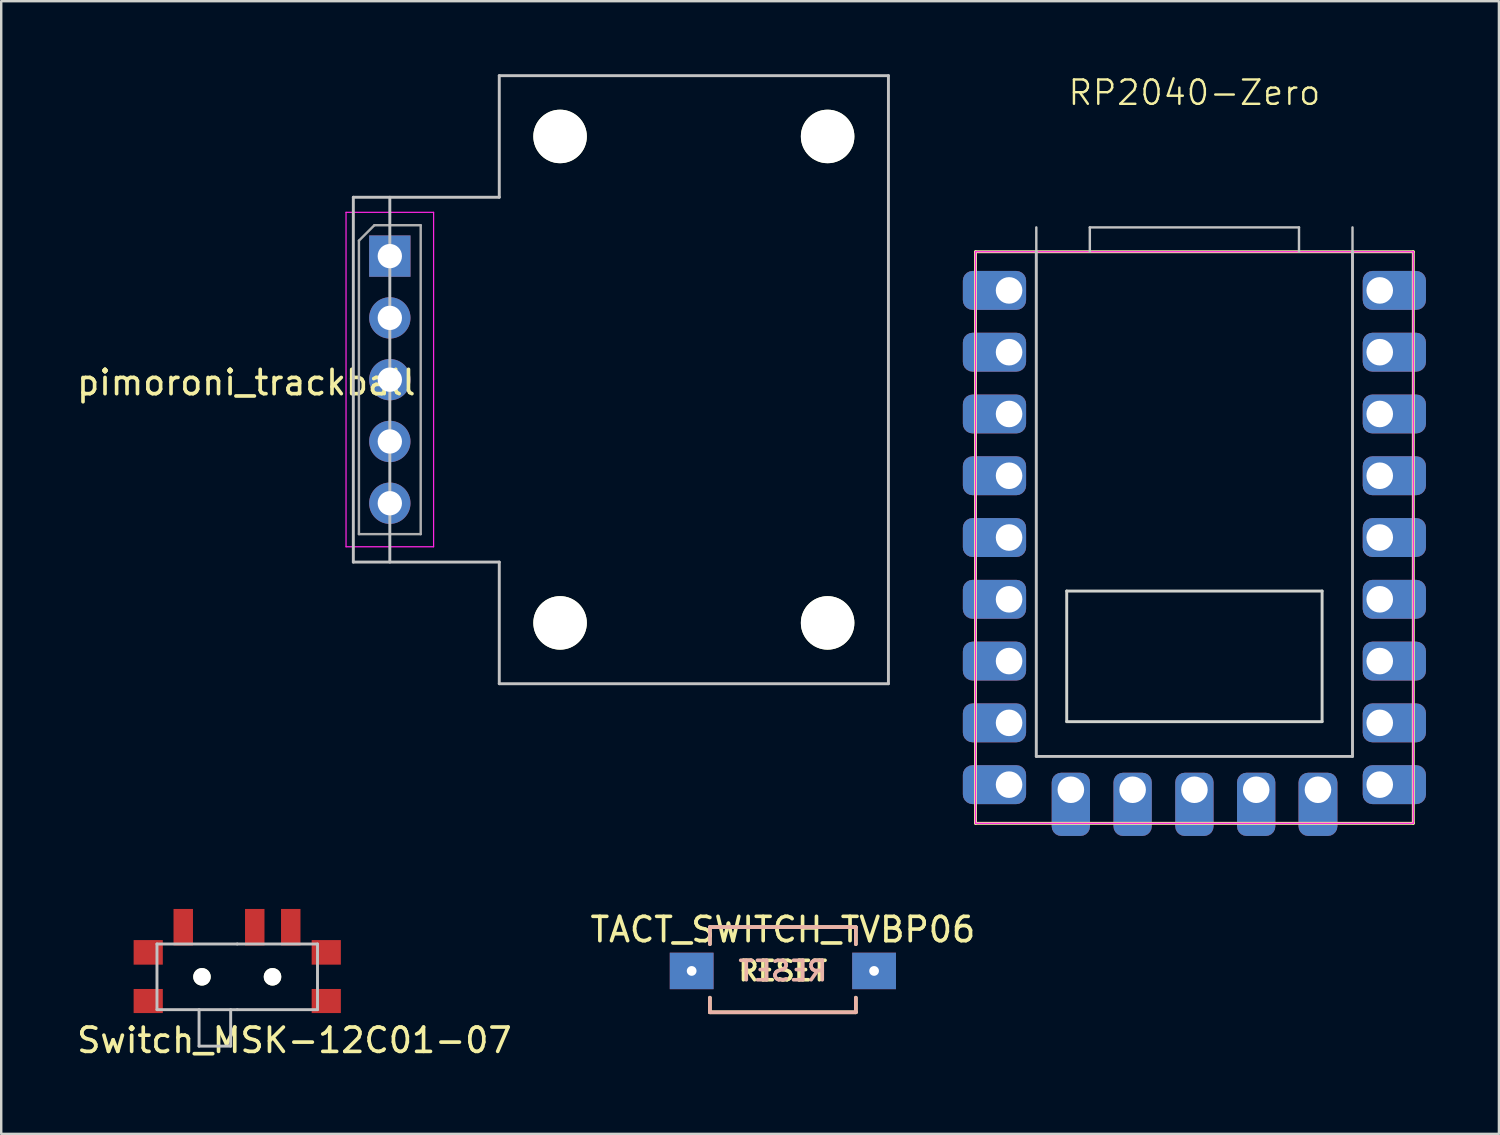
<source format=kicad_pcb>
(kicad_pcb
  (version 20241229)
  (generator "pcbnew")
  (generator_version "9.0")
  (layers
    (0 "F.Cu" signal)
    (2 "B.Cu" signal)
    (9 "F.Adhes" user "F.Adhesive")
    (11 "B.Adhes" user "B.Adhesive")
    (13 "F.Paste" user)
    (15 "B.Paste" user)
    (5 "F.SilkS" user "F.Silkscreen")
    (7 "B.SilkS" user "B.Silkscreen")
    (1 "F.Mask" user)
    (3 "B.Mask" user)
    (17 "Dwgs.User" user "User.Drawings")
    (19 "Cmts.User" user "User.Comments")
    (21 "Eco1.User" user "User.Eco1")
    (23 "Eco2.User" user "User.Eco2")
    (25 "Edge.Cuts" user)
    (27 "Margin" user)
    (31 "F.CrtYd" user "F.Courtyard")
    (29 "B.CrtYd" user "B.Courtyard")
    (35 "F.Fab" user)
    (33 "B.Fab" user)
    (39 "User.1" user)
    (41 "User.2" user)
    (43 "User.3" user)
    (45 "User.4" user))
  (footprint "RP2040-Zero"
    (layer "F.Cu")
    (at 46.057 19.05)
    (property "Reference" "RP2040-Zero" (at 0 -18.29 0) (unlocked yes) (layer "F.SilkS") (effects (font (size 1 1) (thickness 0.1))))
    (attr through_hole)
    (fp_line (start -9 -11.75) (end -9 11.75) (stroke (width 0.12) (type solid)) (layer "F.SilkS"))
    (fp_line (start -9 11.75) (end 9 11.75) (stroke (width 0.12) (type solid)) (layer "F.SilkS"))
    (fp_line (start 9 -11.75) (end -9 -11.75) (stroke (width 0.12) (type solid)) (layer "F.SilkS"))
    (fp_line (start 9 11.75) (end 9 -11.75) (stroke (width 0.12) (type solid)) (layer "F.SilkS"))
    (fp_line (start -6.5 -12.75) (end -6.5 -11.75) (stroke (width 0.1) (type solid)) (layer "Dwgs.User"))
    (fp_line (start -6.5 9) (end -6.5 -11.75) (stroke (width 0.12) (type solid)) (layer "Dwgs.User"))
    (fp_line (start -4.3 -12.75) (end -4.3 -11.75) (stroke (width 0.1) (type solid)) (layer "Dwgs.User"))
    (fp_line (start -4.3 -12.75) (end 4.3 -12.75) (stroke (width 0.1) (type solid)) (layer "Dwgs.User"))
    (fp_line (start 4.3 -12.75) (end 4.3 -11.75) (stroke (width 0.1) (type solid)) (layer "Dwgs.User"))
    (fp_line (start 6.5 -12.75) (end 6.5 -11.75) (stroke (width 0.1) (type solid)) (layer "Dwgs.User"))
    (fp_line (start 6.5 9) (end -6.5 9) (stroke (width 0.12) (type solid)) (layer "Dwgs.User"))
    (fp_line (start 6.5 9) (end 6.5 -11.75) (stroke (width 0.12) (type solid)) (layer "Dwgs.User"))
    (fp_line (start -5.25 7.57) (end -5.25 2.2) (stroke (width 0.12) (type solid)) (layer "Edge.Cuts"))
    (fp_line (start -5.25 7.57) (end 5.25 7.57) (stroke (width 0.12) (type solid)) (layer "Edge.Cuts"))
    (fp_line (start 5.25 2.2) (end -5.25 2.2) (stroke (width 0.12) (type solid)) (layer "Edge.Cuts"))
    (fp_line (start 5.25 2.2) (end 5.25 7.57) (stroke (width 0.12) (type solid)) (layer "Edge.Cuts"))
    (fp_line (start -9 -11.75) (end 9 -11.75) (stroke (width 0.05) (type solid)) (layer "F.CrtYd"))
    (fp_line (start -9 11.75) (end -9 -11.75) (stroke (width 0.05) (type solid)) (layer "F.CrtYd"))
    (fp_line (start 9 -11.75) (end 9 11.75) (stroke (width 0.05) (type solid)) (layer "F.CrtYd"))
    (fp_line (start 9 11.75) (end -9 11.75) (stroke (width 0.05) (type solid)) (layer "F.CrtYd"))
    (pad "1" thru_hole roundrect (at 7.62 -10.16) (size 2.6 1.6) (drill 1.092 (offset 0.6 0)) (layers "*.Cu" "*.Mask") (roundrect_rratio 0.25))
    (pad "2" thru_hole roundrect (at 7.62 -7.62) (size 2.6 1.6) (drill 1.092 (offset 0.6 0)) (layers "*.Cu" "*.Mask") (roundrect_rratio 0.25))
    (pad "3" thru_hole roundrect (at 7.62 -5.08) (size 2.6 1.6) (drill 1.092 (offset 0.6 0)) (layers "*.Cu" "*.Mask") (roundrect_rratio 0.25))
    (pad "4" thru_hole roundrect (at 7.62 -2.54) (size 2.6 1.6) (drill 1.092 (offset 0.6 0)) (layers "*.Cu" "*.Mask") (roundrect_rratio 0.25))
    (pad "5" thru_hole roundrect (at 7.62 0) (size 2.6 1.6) (drill 1.092 (offset 0.6 0)) (layers "*.Cu" "*.Mask") (roundrect_rratio 0.25))
    (pad "6" thru_hole roundrect (at 7.62 2.54) (size 2.6 1.6) (drill 1.092 (offset 0.6 0)) (layers "*.Cu" "*.Mask") (roundrect_rratio 0.25))
    (pad "7" thru_hole roundrect (at 7.62 5.08) (size 2.6 1.6) (drill 1.092 (offset 0.6 0)) (layers "*.Cu" "*.Mask") (roundrect_rratio 0.25))
    (pad "8" thru_hole roundrect (at 7.62 7.62) (size 2.6 1.6) (drill 1.092 (offset 0.6 0)) (layers "*.Cu" "*.Mask") (roundrect_rratio 0.25))
    (pad "9" thru_hole roundrect (at 7.62 10.16) (size 2.6 1.6) (drill 1.092 (offset 0.6 0)) (layers "*.Cu" "*.Mask") (roundrect_rratio 0.25))
    (pad "10" thru_hole roundrect (at 5.08 10.37) (size 1.6 2.6) (drill 1.092 (offset 0 0.6)) (layers "*.Cu" "*.Mask") (roundrect_rratio 0.25))
    (pad "11" thru_hole roundrect (at 2.54 10.37) (size 1.575 2.6) (drill 1.092 (offset 0 0.6)) (layers "*.Cu" "*.Mask") (roundrect_rratio 0.25))
    (pad "12" thru_hole roundrect (at 0 10.37) (size 1.575 2.6) (drill 1.092 (offset 0 0.6)) (layers "*.Cu" "*.Mask") (roundrect_rratio 0.25))
    (pad "13" thru_hole roundrect (at -2.54 10.37) (size 1.575 2.6) (drill 1.092 (offset 0 0.6)) (layers "*.Cu" "*.Mask") (roundrect_rratio 0.25))
    (pad "14" thru_hole roundrect (at -5.08 10.37) (size 1.575 2.6) (drill 1.092 (offset 0 0.6)) (layers "*.Cu" "*.Mask") (roundrect_rratio 0.25))
    (pad "15" thru_hole roundrect (at -7.62 10.16) (size 2.6 1.6) (drill 1.092 (offset -0.6 0)) (layers "*.Cu" "*.Mask") (roundrect_rratio 0.25))
    (pad "16" thru_hole roundrect (at -7.62 7.62) (size 2.6 1.6) (drill 1.092 (offset -0.6 0)) (layers "*.Cu" "*.Mask") (roundrect_rratio 0.25))
    (pad "17" thru_hole roundrect (at -7.62 5.08) (size 2.6 1.6) (drill 1.092 (offset -0.6 0)) (layers "*.Cu" "*.Mask") (roundrect_rratio 0.25))
    (pad "18" thru_hole roundrect (at -7.62 2.54) (size 2.6 1.6) (drill 1.092 (offset -0.6 0)) (layers "*.Cu" "*.Mask") (roundrect_rratio 0.25))
    (pad "19" thru_hole roundrect (at -7.62 0) (size 2.6 1.6) (drill 1.092 (offset -0.6 0)) (layers "*.Cu" "*.Mask") (roundrect_rratio 0.25))
    (pad "20" thru_hole roundrect (at -7.62 -2.54) (size 2.6 1.6) (drill 1.092 (offset -0.6 0)) (layers "*.Cu" "*.Mask") (roundrect_rratio 0.25))
    (pad "21" thru_hole roundrect (at -7.62 -5.08) (size 2.6 1.6) (drill 1.092 (offset -0.6 0)) (layers "*.Cu" "*.Mask") (roundrect_rratio 0.25))
    (pad "22" thru_hole roundrect (at -7.62 -7.62) (size 2.6 1.6) (drill 1.092 (offset -0.6 0)) (layers "*.Cu" "*.Mask") (roundrect_rratio 0.25))
    (pad "23" thru_hole roundrect (at -7.62 -10.16) (size 2.6 1.6) (drill 1.092 (offset -0.6 0)) (layers "*.Cu" "*.Mask") (roundrect_rratio 0.25)))
  (footprint "Switch_MSK-12C01-07"
    (layer "F.Cu")
    (at 6.704 37.111)
    (property "Reference" "Switch_MSK-12C01-07" (at 2.35 2.61 0) (layer "F.SilkS") (effects (font (size 1 1) (thickness 0.15))))
    (attr through_hole)
    (fp_line (start -3.3 -1.35) (end -3.3 1.35) (stroke (width 0.12) (type solid)) (layer "Dwgs.User"))
    (fp_line (start -3.3 -1.35) (end 0 -1.35) (stroke (width 0.12) (type solid)) (layer "Dwgs.User"))
    (fp_line (start -3.3 1.35) (end 0 1.35) (stroke (width 0.12) (type solid)) (layer "Dwgs.User"))
    (fp_line (start -1.57 1.35) (end -1.57 2.85) (stroke (width 0.12) (type solid)) (layer "Dwgs.User"))
    (fp_line (start -1.57 2.85) (end -0.27 2.85) (stroke (width 0.12) (type solid)) (layer "Dwgs.User"))
    (fp_line (start -0.27 1.35) (end -0.27 2.85) (stroke (width 0.12) (type solid)) (layer "Dwgs.User"))
    (fp_line (start 0 -1.35) (end 3.3 -1.35) (stroke (width 0.12) (type solid)) (layer "Dwgs.User"))
    (fp_line (start 0 1.35) (end 3.3 1.35) (stroke (width 0.12) (type solid)) (layer "Dwgs.User"))
    (fp_line (start 3.3 -1.35) (end 3.3 1.35) (stroke (width 0.12) (type solid)) (layer "Dwgs.User"))
    (pad "" smd rect (at -3.66 -1.005) (size 1.2 1.01) (layers "F.Cu" "F.Mask" "F.Paste"))
    (pad "" smd rect (at -3.66 0.995) (size 1.2 0.99) (layers "F.Cu" "F.Mask" "F.Paste"))
    (pad "" np_thru_hole circle (at -1.45 0) (size 0.72 0.72) (drill 0.72) (layers "*.Cu" "*.Mask" "F.SilkS"))
    (pad "" np_thru_hole circle (at 1.45 0) (size 0.72 0.72) (drill 0.72) (layers "*.Cu" "*.Mask" "F.SilkS"))
    (pad "" smd rect (at 3.66 -1.005) (size 1.2 1.01) (layers "F.Cu" "F.Mask" "F.Paste"))
    (pad "" smd rect (at 3.66 0.995) (size 1.2 0.99) (layers "F.Cu" "F.Mask" "F.Paste"))
    (pad "1" smd rect (at -2.22 -2.04) (size 0.8 1.5) (layers "F.Cu" "F.Mask" "F.Paste"))
    (pad "2" smd rect (at 0.72 -2.04) (size 0.8 1.5) (layers "F.Cu" "F.Mask" "F.Paste"))
    (pad "3" smd rect (at 2.2 -2.04) (size 0.8 1.5) (layers "F.Cu" "F.Mask" "F.Paste")))
  (footprint "pimoroni_trackball"
    (layer "F.Cu")
    (at 12.977 12.56)
    (property "Reference" "pimoroni_trackball" (at -5.9 0.12 0) (layer "F.SilkS") (effects (font (size 1 1) (thickness 0.15))))
    (attr through_hole)
    (fp_line (start -1.5 -7.5) (end -1.5 7.5) (stroke (width 0.12) (type solid)) (layer "Dwgs.User"))
    (fp_line (start -1.5 -7.5) (end 4.5 -7.5) (stroke (width 0.12) (type solid)) (layer "Dwgs.User"))
    (fp_line (start -1.5 7.5) (end 4.5 7.5) (stroke (width 0.12) (type solid)) (layer "Dwgs.User"))
    (fp_line (start 0 7.5) (end 0 -7.5) (stroke (width 0.12) (type solid)) (layer "Dwgs.User"))
    (fp_line (start 4.5 -12.5) (end 20.5 -12.5) (stroke (width 0.12) (type solid)) (layer "Dwgs.User"))
    (fp_line (start 4.5 -7.5) (end 4.5 -12.5) (stroke (width 0.12) (type solid)) (layer "Dwgs.User"))
    (fp_line (start 4.5 12.5) (end 4.5 7.5) (stroke (width 0.12) (type solid)) (layer "Dwgs.User"))
    (fp_line (start 4.5 12.5) (end 20.5 12.5) (stroke (width 0.12) (type solid)) (layer "Dwgs.User"))
    (fp_line (start 20.5 12.5) (end 20.5 -12.5) (stroke (width 0.12) (type solid)) (layer "Dwgs.User"))
    (fp_line (start -1.8 -6.88) (end -1.8 6.87) (stroke (width 0.05) (type solid)) (layer "F.CrtYd"))
    (fp_line (start -1.8 6.87) (end 1.8 6.87) (stroke (width 0.05) (type solid)) (layer "F.CrtYd"))
    (fp_line (start 1.8 -6.88) (end -1.8 -6.88) (stroke (width 0.05) (type solid)) (layer "F.CrtYd"))
    (fp_line (start 1.8 6.87) (end 1.8 -6.88) (stroke (width 0.05) (type solid)) (layer "F.CrtYd"))
    (fp_line (start -1.27 -5.715) (end -0.635 -6.35) (stroke (width 0.1) (type solid)) (layer "F.Fab"))
    (fp_line (start -1.27 6.35) (end -1.27 -5.715) (stroke (width 0.1) (type solid)) (layer "F.Fab"))
    (fp_line (start -0.635 -6.35) (end 1.27 -6.35) (stroke (width 0.1) (type solid)) (layer "F.Fab"))
    (fp_line (start 1.27 -6.35) (end 1.27 6.35) (stroke (width 0.1) (type solid)) (layer "F.Fab"))
    (fp_line (start 1.27 6.35) (end -1.27 6.35) (stroke (width 0.1) (type solid)) (layer "F.Fab"))
    (pad "" np_thru_hole circle (at 7 -10) (size 2.2 2.2) (drill 2.2) (layers "*.Cu" "*.Mask" "F.SilkS"))
    (pad "" np_thru_hole circle (at 7 10) (size 2.2 2.2) (drill 2.2) (layers "*.Cu" "*.Mask" "F.SilkS"))
    (pad "" np_thru_hole circle (at 18 -10) (size 2.2 2.2) (drill 2.2) (layers "*.Cu" "*.Mask" "F.SilkS"))
    (pad "" np_thru_hole circle (at 18 10) (size 2.2 2.2) (drill 2.2) (layers "*.Cu" "*.Mask" "F.SilkS"))
    (pad "1" thru_hole rect (at 0 -5.08) (size 1.7 1.7) (drill 1) (layers "*.Cu" "*.Mask"))
    (pad "2" thru_hole oval (at 0 -2.54) (size 1.7 1.7) (drill 1) (layers "*.Cu" "*.Mask"))
    (pad "3" thru_hole oval (at 0 0) (size 1.7 1.7) (drill 1) (layers "*.Cu" "*.Mask"))
    (pad "4" thru_hole oval (at 0 2.54) (size 1.7 1.7) (drill 1) (layers "*.Cu" "*.Mask"))
    (pad "5" thru_hole oval (at 0 5.08) (size 1.7 1.7) (drill 1) (layers "*.Cu" "*.Mask")))
  (footprint "TACT_SWITCH_TVBP06"
    (layer "F.Cu")
    (at 29.137 36.869)
    (property "Reference" "TACT_SWITCH_TVBP06" (at 0 -1.7 0) (layer "F.SilkS") (effects (font (size 1 1) (thickness 0.15))))
    (attr through_hole)
    (fp_line (start -3 -1.8) (end -3 -1.1) (stroke (width 0.15) (type solid)) (layer "F.SilkS"))
    (fp_line (start -3 1.7) (end -3 1.1) (stroke (width 0.15) (type solid)) (layer "F.SilkS"))
    (fp_line (start -3 1.7) (end 3 1.7) (stroke (width 0.15) (type solid)) (layer "F.SilkS"))
    (fp_line (start 3 -1.8) (end -3 -1.8) (stroke (width 0.15) (type solid)) (layer "F.SilkS"))
    (fp_line (start 3 -1.8) (end 3 -1.1) (stroke (width 0.15) (type solid)) (layer "F.SilkS"))
    (fp_line (start 3 1.7) (end 3 1.1) (stroke (width 0.15) (type solid)) (layer "F.SilkS"))
    (fp_line (start -3 -1.8) (end -3 -1.1) (stroke (width 0.15) (type solid)) (layer "B.SilkS"))
    (fp_line (start -3 -1.8) (end 2.9 -1.8) (stroke (width 0.15) (type solid)) (layer "B.SilkS"))
    (fp_line (start -3 -1.8) (end 3 -1.8) (stroke (width 0.15) (type solid)) (layer "B.SilkS"))
    (fp_line (start -3 1.7) (end -3 1.1) (stroke (width 0.15) (type solid)) (layer "B.SilkS"))
    (fp_line (start 3 -1.8) (end 3 -1.1) (stroke (width 0.15) (type solid)) (layer "B.SilkS"))
    (fp_line (start 3 1.7) (end -3 1.7) (stroke (width 0.15) (type solid)) (layer "B.SilkS"))
    (fp_line (start 3 1.7) (end 3 1.1) (stroke (width 0.15) (type solid)) (layer "B.SilkS"))
    (fp_text user "RESET" (at 0 0 180) (layer "F.SilkS") (effects (font (size 0.8 0.8) (thickness 0.15))))
    (fp_text user "RESET" (at 0 0 0) (layer "B.SilkS") (effects (font (size 0.8 0.8) (thickness 0.15)) (justify mirror)))
    (pad "1" thru_hole rect (at -3.75 0) (size 1.8 1.5) (drill 0.4) (layers "*.Cu" "*.Mask"))
    (pad "2" thru_hole rect (at 3.75 0) (size 1.8 1.5) (drill 0.4) (layers "*.Cu" "*.Mask")))
  (gr_rect
    (start -3 -3)
    (end 58.577 43.569)
    (stroke (width 0.1) (type default))
    (fill no)
    (layer "Edge.Cuts")))
</source>
